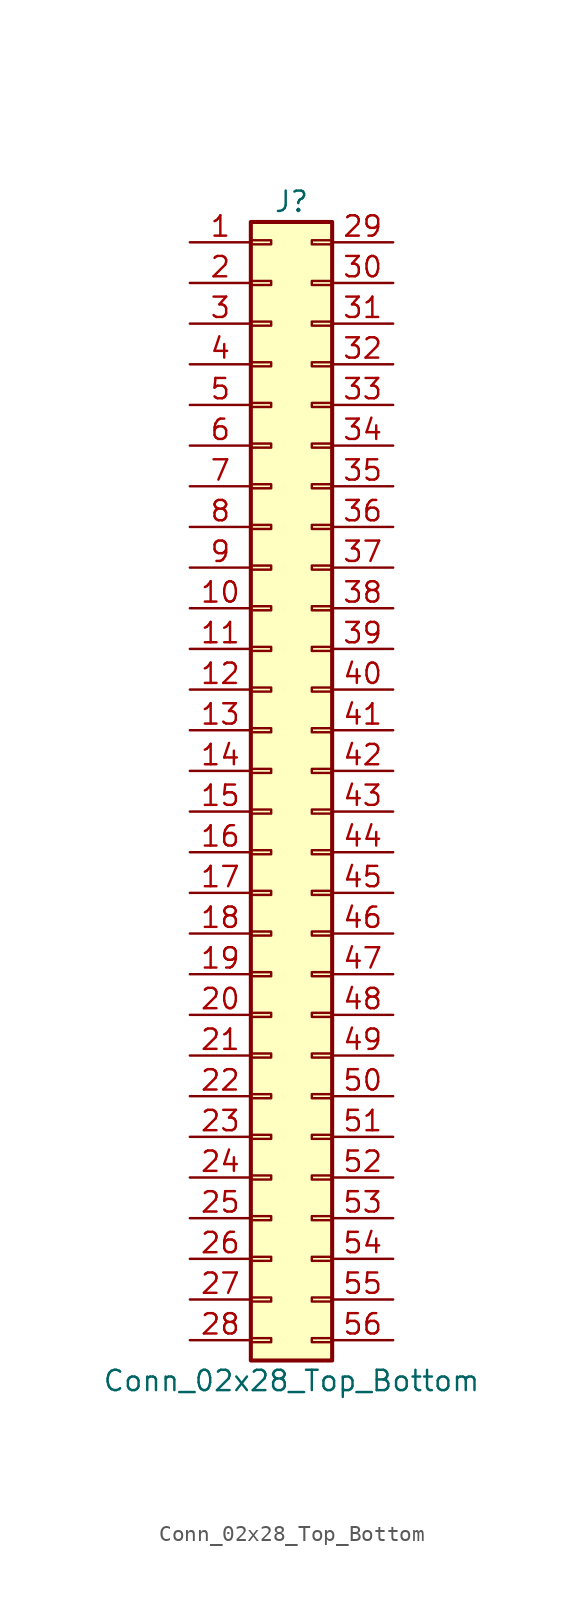
<source format=kicad_sym>
(kicad_symbol_lib
  (version 20201005)
  (generator kicad_symbol_editor)
  (symbol "jamma:Conn_02x28_Top_Bottom"
    (pin_names
      (offset 1.016) hide)
    (property "Reference" "J"
      (at 1.27 35.56 0)
      (effects (font (size 1.27 1.27))))
    (property "Value" "Conn_02x28_Top_Bottom"
      (at 1.27 -38.1 0)
      (effects (font (size 1.27 1.27))))
    (symbol "Conn_02x28_Top_Bottom_1_1"
      (rectangle (start -1.27 -27.813) (end 0 -28.067) (stroke (width 0.152)) (fill (type none)))
      (rectangle (start -1.27 -30.353) (end 0 -30.607) (stroke (width 0.152)) (fill (type none)))
      (rectangle (start -1.27 -32.893) (end 0 -33.147) (stroke (width 0.152)) (fill (type none)))
      (rectangle (start -1.27 -35.433) (end 0 -35.687) (stroke (width 0.152)) (fill (type none)))
      (rectangle (start -1.27 -4.953) (end 0 -5.207) (stroke (width 0.152)) (fill (type none)))
      (rectangle (start -1.27 -7.493) (end 0 -7.747) (stroke (width 0.152)) (fill (type none)))
      (rectangle (start -1.27 -10.033) (end 0 -10.287) (stroke (width 0.152)) (fill (type none)))
      (rectangle (start -1.27 -12.573) (end 0 -12.827) (stroke (width 0.152)) (fill (type none)))
      (rectangle (start -1.27 -15.113) (end 0 -15.367) (stroke (width 0.152)) (fill (type none)))
      (rectangle (start -1.27 -17.653) (end 0 -17.907) (stroke (width 0.152)) (fill (type none)))
      (rectangle (start -1.27 -20.193) (end 0 -20.447) (stroke (width 0.152)) (fill (type none)))
      (rectangle (start -1.27 -22.733) (end 0 -22.987) (stroke (width 0.152)) (fill (type none)))
      (rectangle (start -1.27 -2.413) (end 0 -2.667) (stroke (width 0.152)) (fill (type none)))
      (rectangle (start -1.27 -25.273) (end 0 -25.527) (stroke (width 0.152)) (fill (type none)))
      (rectangle (start -1.27 25.527) (end 0 25.273) (stroke (width 0.152)) (fill (type none)))
      (rectangle (start -1.27 2.667) (end 0 2.413) (stroke (width 0.152)) (fill (type none)))
      (rectangle (start -1.27 28.067) (end 0 27.813) (stroke (width 0.152)) (fill (type none)))
      (rectangle (start -1.27 30.607) (end 0 30.353) (stroke (width 0.152)) (fill (type none)))
      (rectangle (start -1.27 33.147) (end 0 32.893) (stroke (width 0.152)) (fill (type none)))
      (rectangle (start -1.27 34.29) (end 3.81 -36.83) (stroke (width 0.254)) (fill (type background)))
      (rectangle (start -1.27 5.207) (end 0 4.953) (stroke (width 0.152)) (fill (type none)))
      (rectangle (start -1.27 7.747) (end 0 7.493) (stroke (width 0.152)) (fill (type none)))
      (rectangle (start -1.27 10.287) (end 0 10.033) (stroke (width 0.152)) (fill (type none)))
      (rectangle (start -1.27 0.127) (end 0 -0.127) (stroke (width 0.152)) (fill (type none)))
      (rectangle (start -1.27 12.827) (end 0 12.573) (stroke (width 0.152)) (fill (type none)))
      (rectangle (start -1.27 15.367) (end 0 15.113) (stroke (width 0.152)) (fill (type none)))
      (rectangle (start -1.27 17.907) (end 0 17.653) (stroke (width 0.152)) (fill (type none)))
      (rectangle (start -1.27 20.447) (end 0 20.193) (stroke (width 0.152)) (fill (type none)))
      (rectangle (start -1.27 22.987) (end 0 22.733) (stroke (width 0.152)) (fill (type none)))
      (rectangle (start 3.81 -27.813) (end 2.54 -28.067) (stroke (width 0.152)) (fill (type none)))
      (rectangle (start 3.81 -30.353) (end 2.54 -30.607) (stroke (width 0.152)) (fill (type none)))
      (rectangle (start 3.81 -32.893) (end 2.54 -33.147) (stroke (width 0.152)) (fill (type none)))
      (rectangle (start 3.81 -35.433) (end 2.54 -35.687) (stroke (width 0.152)) (fill (type none)))
      (rectangle (start 3.81 -4.953) (end 2.54 -5.207) (stroke (width 0.152)) (fill (type none)))
      (rectangle (start 3.81 -7.493) (end 2.54 -7.747) (stroke (width 0.152)) (fill (type none)))
      (rectangle (start 3.81 -10.033) (end 2.54 -10.287) (stroke (width 0.152)) (fill (type none)))
      (rectangle (start 3.81 -12.573) (end 2.54 -12.827) (stroke (width 0.152)) (fill (type none)))
      (rectangle (start 3.81 -15.113) (end 2.54 -15.367) (stroke (width 0.152)) (fill (type none)))
      (rectangle (start 3.81 -17.653) (end 2.54 -17.907) (stroke (width 0.152)) (fill (type none)))
      (rectangle (start 3.81 -20.193) (end 2.54 -20.447) (stroke (width 0.152)) (fill (type none)))
      (rectangle (start 3.81 -22.733) (end 2.54 -22.987) (stroke (width 0.152)) (fill (type none)))
      (rectangle (start 3.81 -2.413) (end 2.54 -2.667) (stroke (width 0.152)) (fill (type none)))
      (rectangle (start 3.81 -25.273) (end 2.54 -25.527) (stroke (width 0.152)) (fill (type none)))
      (rectangle (start 3.81 25.527) (end 2.54 25.273) (stroke (width 0.152)) (fill (type none)))
      (rectangle (start 3.81 2.667) (end 2.54 2.413) (stroke (width 0.152)) (fill (type none)))
      (rectangle (start 3.81 28.067) (end 2.54 27.813) (stroke (width 0.152)) (fill (type none)))
      (rectangle (start 3.81 30.607) (end 2.54 30.353) (stroke (width 0.152)) (fill (type none)))
      (rectangle (start 3.81 33.147) (end 2.54 32.893) (stroke (width 0.152)) (fill (type none)))
      (rectangle (start 3.81 5.207) (end 2.54 4.953) (stroke (width 0.152)) (fill (type none)))
      (rectangle (start 3.81 7.747) (end 2.54 7.493) (stroke (width 0.152)) (fill (type none)))
      (rectangle (start 3.81 10.287) (end 2.54 10.033) (stroke (width 0.152)) (fill (type none)))
      (rectangle (start 3.81 0.127) (end 2.54 -0.127) (stroke (width 0.152)) (fill (type none)))
      (rectangle (start 3.81 12.827) (end 2.54 12.573) (stroke (width 0.152)) (fill (type none)))
      (rectangle (start 3.81 15.367) (end 2.54 15.113) (stroke (width 0.152)) (fill (type none)))
      (rectangle (start 3.81 17.907) (end 2.54 17.653) (stroke (width 0.152)) (fill (type none)))
      (rectangle (start 3.81 20.447) (end 2.54 20.193) (stroke (width 0.152)) (fill (type none)))
      (rectangle (start 3.81 22.987) (end 2.54 22.733) (stroke (width 0.152)) (fill (type none)))
      (pin passive line (at -5.08 33.02 0) (length 3.81) (name "Pin_1" (effects (font (size 1.27 1.27)))) (number "1" (effects (font (size 1.27 1.27)))))
      (pin passive line (at -5.08 10.16 0) (length 3.81) (name "Pin_10" (effects (font (size 1.27 1.27)))) (number "10" (effects (font (size 1.27 1.27)))))
      (pin passive line (at -5.08 7.62 0) (length 3.81) (name "Pin_11" (effects (font (size 1.27 1.27)))) (number "11" (effects (font (size 1.27 1.27)))))
      (pin passive line (at -5.08 5.08 0) (length 3.81) (name "Pin_12" (effects (font (size 1.27 1.27)))) (number "12" (effects (font (size 1.27 1.27)))))
      (pin passive line (at -5.08 2.54 0) (length 3.81) (name "Pin_13" (effects (font (size 1.27 1.27)))) (number "13" (effects (font (size 1.27 1.27)))))
      (pin passive line (at -5.08 0 0) (length 3.81) (name "Pin_14" (effects (font (size 1.27 1.27)))) (number "14" (effects (font (size 1.27 1.27)))))
      (pin passive line (at -5.08 -2.54 0) (length 3.81) (name "Pin_15" (effects (font (size 1.27 1.27)))) (number "15" (effects (font (size 1.27 1.27)))))
      (pin passive line (at -5.08 -5.08 0) (length 3.81) (name "Pin_16" (effects (font (size 1.27 1.27)))) (number "16" (effects (font (size 1.27 1.27)))))
      (pin passive line (at -5.08 -7.62 0) (length 3.81) (name "Pin_17" (effects (font (size 1.27 1.27)))) (number "17" (effects (font (size 1.27 1.27)))))
      (pin passive line (at -5.08 -10.16 0) (length 3.81) (name "Pin_18" (effects (font (size 1.27 1.27)))) (number "18" (effects (font (size 1.27 1.27)))))
      (pin passive line (at -5.08 -12.7 0) (length 3.81) (name "Pin_19" (effects (font (size 1.27 1.27)))) (number "19" (effects (font (size 1.27 1.27)))))
      (pin passive line (at -5.08 30.48 0) (length 3.81) (name "Pin_2" (effects (font (size 1.27 1.27)))) (number "2" (effects (font (size 1.27 1.27)))))
      (pin passive line (at -5.08 -15.24 0) (length 3.81) (name "Pin_20" (effects (font (size 1.27 1.27)))) (number "20" (effects (font (size 1.27 1.27)))))
      (pin passive line (at -5.08 -17.78 0) (length 3.81) (name "Pin_21" (effects (font (size 1.27 1.27)))) (number "21" (effects (font (size 1.27 1.27)))))
      (pin passive line (at -5.08 -20.32 0) (length 3.81) (name "Pin_22" (effects (font (size 1.27 1.27)))) (number "22" (effects (font (size 1.27 1.27)))))
      (pin passive line (at -5.08 -22.86 0) (length 3.81) (name "Pin_23" (effects (font (size 1.27 1.27)))) (number "23" (effects (font (size 1.27 1.27)))))
      (pin passive line (at -5.08 -25.4 0) (length 3.81) (name "Pin_24" (effects (font (size 1.27 1.27)))) (number "24" (effects (font (size 1.27 1.27)))))
      (pin passive line (at -5.08 -27.94 0) (length 3.81) (name "Pin_25" (effects (font (size 1.27 1.27)))) (number "25" (effects (font (size 1.27 1.27)))))
      (pin passive line (at -5.08 -30.48 0) (length 3.81) (name "Pin_26" (effects (font (size 1.27 1.27)))) (number "26" (effects (font (size 1.27 1.27)))))
      (pin passive line (at -5.08 -33.02 0) (length 3.81) (name "Pin_27" (effects (font (size 1.27 1.27)))) (number "27" (effects (font (size 1.27 1.27)))))
      (pin passive line (at -5.08 -35.56 0) (length 3.81) (name "Pin_28" (effects (font (size 1.27 1.27)))) (number "28" (effects (font (size 1.27 1.27)))))
      (pin passive line (at 7.62 33.02 180) (length 3.81) (name "Pin_29" (effects (font (size 1.27 1.27)))) (number "29" (effects (font (size 1.27 1.27)))))
      (pin passive line (at -5.08 27.94 0) (length 3.81) (name "Pin_3" (effects (font (size 1.27 1.27)))) (number "3" (effects (font (size 1.27 1.27)))))
      (pin passive line (at 7.62 30.48 180) (length 3.81) (name "Pin_30" (effects (font (size 1.27 1.27)))) (number "30" (effects (font (size 1.27 1.27)))))
      (pin passive line (at 7.62 27.94 180) (length 3.81) (name "Pin_31" (effects (font (size 1.27 1.27)))) (number "31" (effects (font (size 1.27 1.27)))))
      (pin passive line (at 7.62 25.4 180) (length 3.81) (name "Pin_32" (effects (font (size 1.27 1.27)))) (number "32" (effects (font (size 1.27 1.27)))))
      (pin passive line (at 7.62 22.86 180) (length 3.81) (name "Pin_33" (effects (font (size 1.27 1.27)))) (number "33" (effects (font (size 1.27 1.27)))))
      (pin passive line (at 7.62 20.32 180) (length 3.81) (name "Pin_34" (effects (font (size 1.27 1.27)))) (number "34" (effects (font (size 1.27 1.27)))))
      (pin passive line (at 7.62 17.78 180) (length 3.81) (name "Pin_35" (effects (font (size 1.27 1.27)))) (number "35" (effects (font (size 1.27 1.27)))))
      (pin passive line (at 7.62 15.24 180) (length 3.81) (name "Pin_36" (effects (font (size 1.27 1.27)))) (number "36" (effects (font (size 1.27 1.27)))))
      (pin passive line (at 7.62 12.7 180) (length 3.81) (name "Pin_37" (effects (font (size 1.27 1.27)))) (number "37" (effects (font (size 1.27 1.27)))))
      (pin passive line (at 7.62 10.16 180) (length 3.81) (name "Pin_38" (effects (font (size 1.27 1.27)))) (number "38" (effects (font (size 1.27 1.27)))))
      (pin passive line (at 7.62 7.62 180) (length 3.81) (name "Pin_39" (effects (font (size 1.27 1.27)))) (number "39" (effects (font (size 1.27 1.27)))))
      (pin passive line (at -5.08 25.4 0) (length 3.81) (name "Pin_4" (effects (font (size 1.27 1.27)))) (number "4" (effects (font (size 1.27 1.27)))))
      (pin passive line (at 7.62 5.08 180) (length 3.81) (name "Pin_40" (effects (font (size 1.27 1.27)))) (number "40" (effects (font (size 1.27 1.27)))))
      (pin passive line (at 7.62 2.54 180) (length 3.81) (name "Pin_41" (effects (font (size 1.27 1.27)))) (number "41" (effects (font (size 1.27 1.27)))))
      (pin passive line (at 7.62 0 180) (length 3.81) (name "Pin_42" (effects (font (size 1.27 1.27)))) (number "42" (effects (font (size 1.27 1.27)))))
      (pin passive line (at 7.62 -2.54 180) (length 3.81) (name "Pin_43" (effects (font (size 1.27 1.27)))) (number "43" (effects (font (size 1.27 1.27)))))
      (pin passive line (at 7.62 -5.08 180) (length 3.81) (name "Pin_44" (effects (font (size 1.27 1.27)))) (number "44" (effects (font (size 1.27 1.27)))))
      (pin passive line (at 7.62 -7.62 180) (length 3.81) (name "Pin_45" (effects (font (size 1.27 1.27)))) (number "45" (effects (font (size 1.27 1.27)))))
      (pin passive line (at 7.62 -10.16 180) (length 3.81) (name "Pin_46" (effects (font (size 1.27 1.27)))) (number "46" (effects (font (size 1.27 1.27)))))
      (pin passive line (at 7.62 -12.7 180) (length 3.81) (name "Pin_47" (effects (font (size 1.27 1.27)))) (number "47" (effects (font (size 1.27 1.27)))))
      (pin passive line (at 7.62 -15.24 180) (length 3.81) (name "Pin_48" (effects (font (size 1.27 1.27)))) (number "48" (effects (font (size 1.27 1.27)))))
      (pin passive line (at 7.62 -17.78 180) (length 3.81) (name "Pin_49" (effects (font (size 1.27 1.27)))) (number "49" (effects (font (size 1.27 1.27)))))
      (pin passive line (at -5.08 22.86 0) (length 3.81) (name "Pin_5" (effects (font (size 1.27 1.27)))) (number "5" (effects (font (size 1.27 1.27)))))
      (pin passive line (at 7.62 -20.32 180) (length 3.81) (name "Pin_50" (effects (font (size 1.27 1.27)))) (number "50" (effects (font (size 1.27 1.27)))))
      (pin passive line (at 7.62 -22.86 180) (length 3.81) (name "Pin_51" (effects (font (size 1.27 1.27)))) (number "51" (effects (font (size 1.27 1.27)))))
      (pin passive line (at 7.62 -25.4 180) (length 3.81) (name "Pin_52" (effects (font (size 1.27 1.27)))) (number "52" (effects (font (size 1.27 1.27)))))
      (pin passive line (at 7.62 -27.94 180) (length 3.81) (name "Pin_53" (effects (font (size 1.27 1.27)))) (number "53" (effects (font (size 1.27 1.27)))))
      (pin passive line (at 7.62 -30.48 180) (length 3.81) (name "Pin_54" (effects (font (size 1.27 1.27)))) (number "54" (effects (font (size 1.27 1.27)))))
      (pin passive line (at 7.62 -33.02 180) (length 3.81) (name "Pin_55" (effects (font (size 1.27 1.27)))) (number "55" (effects (font (size 1.27 1.27)))))
      (pin passive line (at 7.62 -35.56 180) (length 3.81) (name "Pin_56" (effects (font (size 1.27 1.27)))) (number "56" (effects (font (size 1.27 1.27)))))
      (pin passive line (at -5.08 20.32 0) (length 3.81) (name "Pin_6" (effects (font (size 1.27 1.27)))) (number "6" (effects (font (size 1.27 1.27)))))
      (pin passive line (at -5.08 17.78 0) (length 3.81) (name "Pin_7" (effects (font (size 1.27 1.27)))) (number "7" (effects (font (size 1.27 1.27)))))
      (pin passive line (at -5.08 15.24 0) (length 3.81) (name "Pin_8" (effects (font (size 1.27 1.27)))) (number "8" (effects (font (size 1.27 1.27)))))
      (pin passive line (at -5.08 12.7 0) (length 3.81) (name "Pin_9" (effects (font (size 1.27 1.27)))) (number "9" (effects (font (size 1.27 1.27))))))))
</source>
